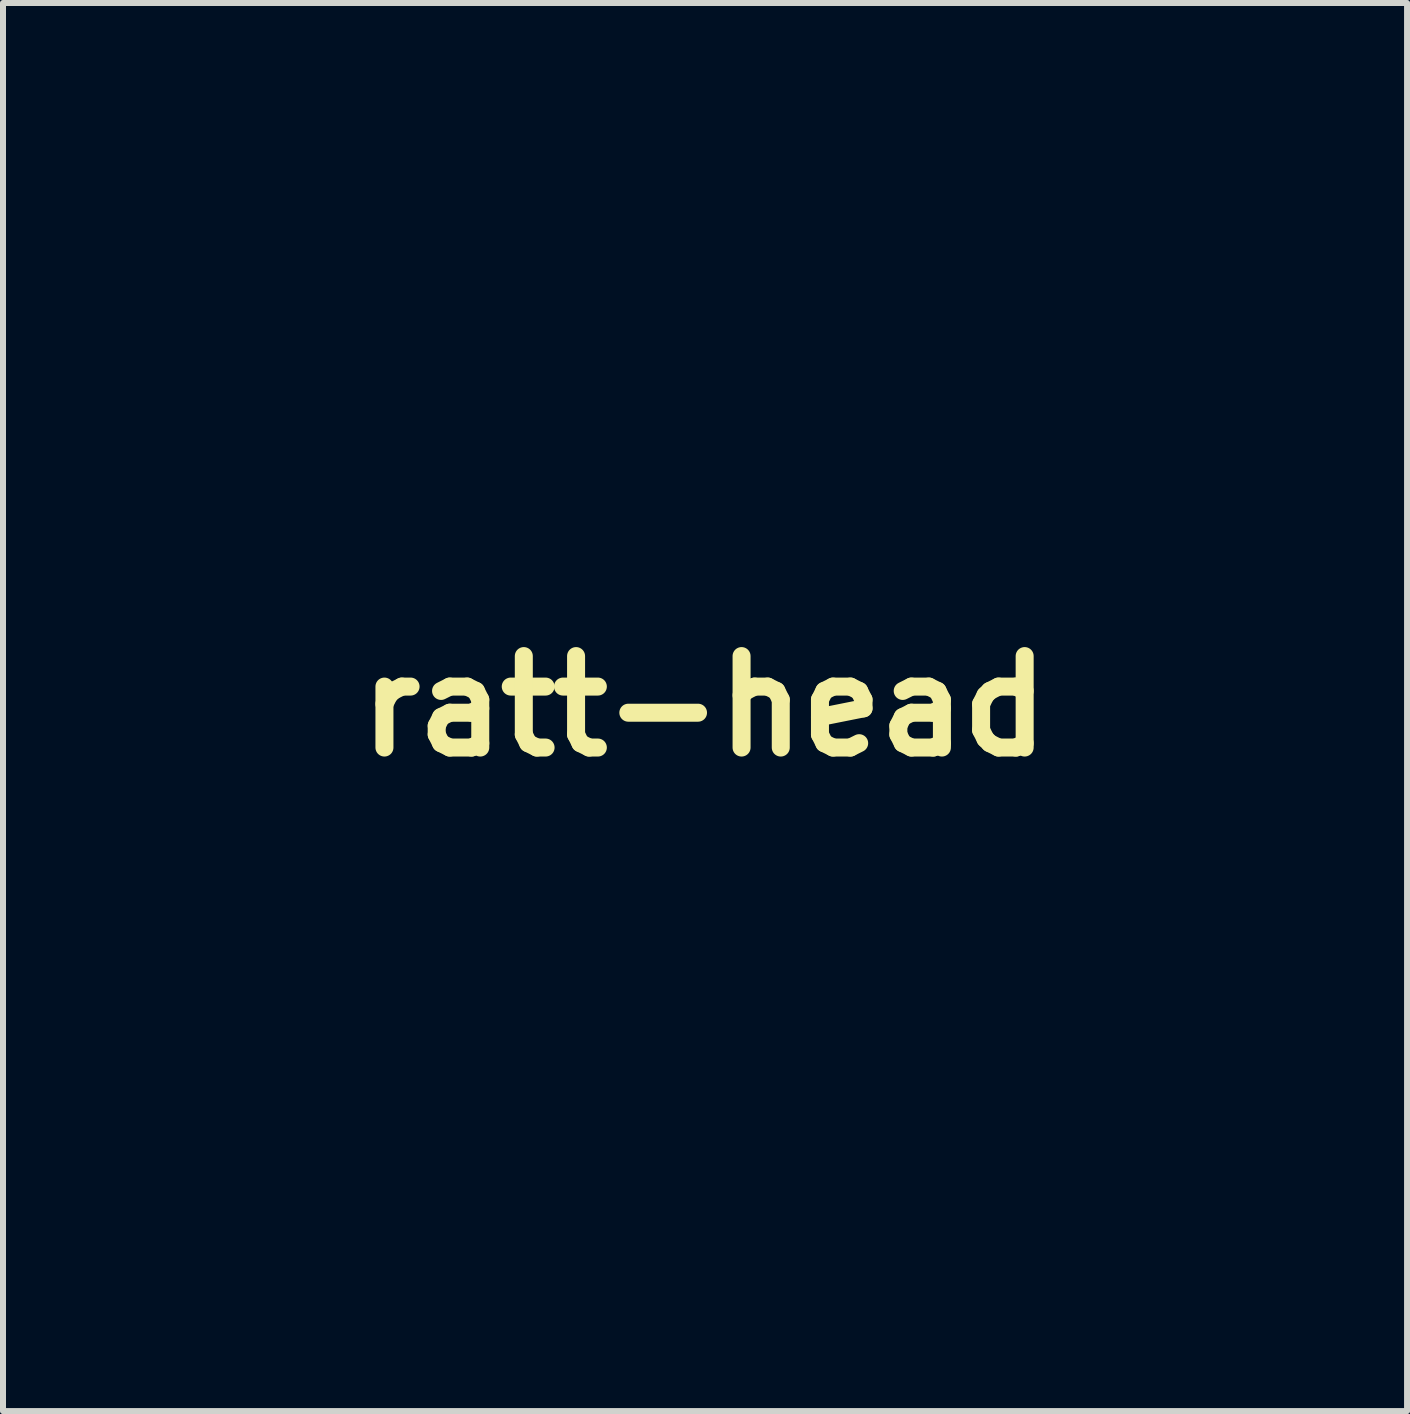
<source format=kicad_pcb>
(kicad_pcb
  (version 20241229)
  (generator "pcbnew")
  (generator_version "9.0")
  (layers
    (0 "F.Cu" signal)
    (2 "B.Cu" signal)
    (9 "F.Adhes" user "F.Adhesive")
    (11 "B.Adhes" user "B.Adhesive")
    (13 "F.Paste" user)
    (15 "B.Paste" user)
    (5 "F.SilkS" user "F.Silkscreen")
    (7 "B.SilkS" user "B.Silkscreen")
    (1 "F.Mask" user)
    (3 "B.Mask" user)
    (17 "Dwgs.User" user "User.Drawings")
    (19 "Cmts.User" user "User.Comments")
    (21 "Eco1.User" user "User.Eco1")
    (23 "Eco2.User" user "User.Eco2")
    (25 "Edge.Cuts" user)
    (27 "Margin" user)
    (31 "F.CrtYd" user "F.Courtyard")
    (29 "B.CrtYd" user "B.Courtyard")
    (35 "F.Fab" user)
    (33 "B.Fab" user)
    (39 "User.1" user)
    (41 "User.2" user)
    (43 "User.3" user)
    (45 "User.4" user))
  (footprint "ratt-head"
    (layer "F.Cu")
    (at 8.69 8.717)
    (property "Reference" "ratt-head" (at 0 0 0) (layer "F.SilkS") (effects (font (size 1.524 1.524) (thickness 0.3))))
    (attr through_hole)
    (fp_poly (pts (xy -1.93 -0.945) (xy -1.759 -0.91) (xy -1.608 -0.842) (xy -1.473 -0.74) (xy -1.356 -0.604) (xy -1.273 -0.444) (xy -1.225 -0.258) (xy -1.21 -0.069) (xy -1.228 0.129) (xy -1.28 0.308) (xy -1.364 0.465) (xy -1.478 0.595) (xy -1.62 0.697) (xy -1.774 0.763) (xy -1.92 0.793) (xy -2.079 0.802) (xy -2.234 0.79) (xy -2.348 0.763) (xy -2.51 0.686) (xy -2.648 0.578) (xy -2.758 0.441) (xy -2.839 0.279) (xy -2.888 0.096) (xy -2.902 -0.089) (xy -2.883 -0.284) (xy -2.829 -0.461) (xy -2.743 -0.615) (xy -2.628 -0.744) (xy -2.487 -0.845) (xy -2.323 -0.913) (xy -2.139 -0.946) (xy -2.126 -0.947) (xy -1.93 -0.945)) (stroke (width 0.01) (type solid)) (fill no) (layer "Eco2.User"))
    (fp_poly (pts (xy 0.221 5.135) (xy 0.374 5.188) (xy 0.513 5.276) (xy 0.568 5.324) (xy 0.693 5.466) (xy 0.781 5.627) (xy 0.831 5.807) (xy 0.845 6.008) (xy 0.844 6.021) (xy 0.83 6.173) (xy 0.796 6.307) (xy 0.734 6.445) (xy 0.733 6.447) (xy 0.684 6.533) (xy 0.636 6.598) (xy 0.574 6.658) (xy 0.501 6.717) (xy 0.377 6.789) (xy 0.227 6.839) (xy 0.064 6.867) (xy -0.1 6.868) (xy -0.185 6.856) (xy -0.358 6.803) (xy -0.51 6.716) (xy -0.637 6.598) (xy -0.737 6.452) (xy -0.808 6.284) (xy -0.846 6.095) (xy -0.852 5.98) (xy -0.834 5.781) (xy -0.778 5.602) (xy -0.686 5.442) (xy -0.607 5.35) (xy -0.469 5.237) (xy -0.308 5.16) (xy -0.126 5.119) (xy 0.045 5.113) (xy 0.221 5.135)) (stroke (width 0.01) (type solid)) (fill no) (layer "Eco2.User"))
    (fp_poly (pts (xy 2.125 -0.963) (xy 2.297 -0.924) (xy 2.449 -0.85) (xy 2.583 -0.74) (xy 2.606 -0.715) (xy 2.711 -0.572) (xy 2.783 -0.409) (xy 2.822 -0.233) (xy 2.83 -0.052) (xy 2.805 0.128) (xy 2.749 0.299) (xy 2.661 0.453) (xy 2.578 0.551) (xy 2.509 0.608) (xy 2.421 0.667) (xy 2.349 0.706) (xy 2.276 0.738) (xy 2.212 0.758) (xy 2.141 0.769) (xy 2.048 0.774) (xy 2.011 0.775) (xy 1.897 0.774) (xy 1.797 0.767) (xy 1.724 0.753) (xy 1.721 0.752) (xy 1.554 0.679) (xy 1.41 0.574) (xy 1.293 0.441) (xy 1.206 0.284) (xy 1.151 0.109) (xy 1.132 -0.081) (xy 1.133 -0.117) (xy 1.141 -0.239) (xy 1.157 -0.337) (xy 1.187 -0.428) (xy 1.228 -0.52) (xy 1.326 -0.677) (xy 1.45 -0.802) (xy 1.6 -0.894) (xy 1.773 -0.95) (xy 1.928 -0.97) (xy 2.125 -0.963)) (stroke (width 0.01) (type solid)) (fill no) (layer "Eco2.User"))
    (fp_poly (pts (xy 4.095 -8.712) (xy 4.223 -8.709) (xy 4.376 -8.705) (xy 4.5 -8.698) (xy 4.607 -8.687) (xy 4.712 -8.671) (xy 4.825 -8.648) (xy 4.879 -8.635) (xy 5.21 -8.539) (xy 5.52 -8.406) (xy 5.809 -8.237) (xy 6.076 -8.032) (xy 6.322 -7.79) (xy 6.547 -7.512) (xy 6.751 -7.197) (xy 6.934 -6.846) (xy 7.096 -6.458) (xy 7.195 -6.172) (xy 7.248 -5.997) (xy 7.294 -5.822) (xy 7.331 -5.661) (xy 7.355 -5.525) (xy 7.357 -5.513) (xy 7.366 -5.45) (xy 7.375 -5.406) (xy 7.378 -5.395) (xy 7.384 -5.367) (xy 7.391 -5.307) (xy 7.398 -5.222) (xy 7.404 -5.125) (xy 7.41 -5.023) (xy 7.414 -4.926) (xy 7.416 -4.844) (xy 7.416 -4.837) (xy 7.415 -4.757) (xy 7.411 -4.662) (xy 7.406 -4.559) (xy 7.4 -4.458) (xy 7.393 -4.368) (xy 7.386 -4.299) (xy 7.38 -4.261) (xy 7.378 -4.257) (xy 7.371 -4.23) (xy 7.362 -4.176) (xy 7.358 -4.149) (xy 7.318 -3.944) (xy 7.253 -3.717) (xy 7.166 -3.478) (xy 7.061 -3.236) (xy 6.942 -2.999) (xy 6.812 -2.778) (xy 6.769 -2.712) (xy 6.699 -2.612) (xy 6.613 -2.496) (xy 6.519 -2.374) (xy 6.425 -2.258) (xy 6.34 -2.157) (xy 6.284 -2.095) (xy 6.238 -2.047) (xy 6.205 -2.01) (xy 6.186 -1.977) (xy 6.181 -1.94) (xy 6.192 -1.894) (xy 6.218 -1.831) (xy 6.261 -1.745) (xy 6.322 -1.629) (xy 6.34 -1.593) (xy 6.475 -1.335) (xy 6.591 -1.11) (xy 6.692 -0.915) (xy 6.777 -0.747) (xy 6.85 -0.602) (xy 6.912 -0.477) (xy 6.965 -0.367) (xy 7.009 -0.27) (xy 7.048 -0.182) (xy 7.083 -0.098) (xy 7.116 -0.016) (xy 7.147 0.067) (xy 7.167 0.121) (xy 7.213 0.256) (xy 7.257 0.402) (xy 7.295 0.542) (xy 7.324 0.665) (xy 7.332 0.709) (xy 7.357 0.858) (xy 7.378 0.995) (xy 7.383 1.046) (xy 7.386 1.132) (xy 7.389 1.242) (xy 7.39 1.368) (xy 7.39 1.492) (xy 7.391 1.7) (xy 7.399 1.87) (xy 7.415 2.01) (xy 7.441 2.125) (xy 7.478 2.22) (xy 7.528 2.301) (xy 7.591 2.373) (xy 7.617 2.398) (xy 7.718 2.475) (xy 7.829 2.534) (xy 7.962 2.578) (xy 8.124 2.61) (xy 8.16 2.616) (xy 8.327 2.653) (xy 8.46 2.714) (xy 8.562 2.801) (xy 8.629 2.9) (xy 8.664 2.979) (xy 8.686 3.054) (xy 8.697 3.14) (xy 8.701 3.251) (xy 8.701 3.266) (xy 8.687 3.449) (xy 8.647 3.603) (xy 8.577 3.73) (xy 8.476 3.832) (xy 8.342 3.911) (xy 8.174 3.968) (xy 7.969 4.006) (xy 7.946 4.009) (xy 7.869 4.018) (xy 7.794 4.025) (xy 7.715 4.031) (xy 7.629 4.036) (xy 7.53 4.04) (xy 7.415 4.044) (xy 7.279 4.046) (xy 7.118 4.049) (xy 6.927 4.051) (xy 6.701 4.053) (xy 6.488 4.054) (xy 6.275 4.056) (xy 6.073 4.057) (xy 5.886 4.059) (xy 5.718 4.062) (xy 5.574 4.064) (xy 5.458 4.066) (xy 5.375 4.068) (xy 5.328 4.071) (xy 5.323 4.071) (xy 5.262 4.078) (xy 5.174 4.086) (xy 5.079 4.095) (xy 5.059 4.096) (xy 4.972 4.104) (xy 4.899 4.111) (xy 4.853 4.116) (xy 4.845 4.117) (xy 4.806 4.124) (xy 4.741 4.132) (xy 4.697 4.138) (xy 4.612 4.15) (xy 4.529 4.164) (xy 4.498 4.17) (xy 4.417 4.186) (xy 4.334 4.2) (xy 4.329 4.201) (xy 4.27 4.211) (xy 4.185 4.23) (xy 4.088 4.252) (xy 4.043 4.264) (xy 3.842 4.314) (xy 4.064 4.419) (xy 4.498 4.605) (xy 4.96 4.765) (xy 5.443 4.899) (xy 5.941 5.003) (xy 6.223 5.048) (xy 6.295 5.058) (xy 6.357 5.067) (xy 6.371 5.069) (xy 6.444 5.08) (xy 6.544 5.093) (xy 6.658 5.108) (xy 6.683 5.111) (xy 6.761 5.121) (xy 6.842 5.131) (xy 6.847 5.131) (xy 6.92 5.14) (xy 7.007 5.15) (xy 7.048 5.155) (xy 7.125 5.163) (xy 7.191 5.172) (xy 7.218 5.175) (xy 7.267 5.181) (xy 7.34 5.19) (xy 7.408 5.197) (xy 7.485 5.206) (xy 7.546 5.213) (xy 7.578 5.217) (xy 7.616 5.223) (xy 7.679 5.231) (xy 7.726 5.237) (xy 7.799 5.246) (xy 7.861 5.255) (xy 7.885 5.259) (xy 7.939 5.267) (xy 7.962 5.269) (xy 7.987 5.29) (xy 8.012 5.351) (xy 8.039 5.446) (xy 8.065 5.572) (xy 8.077 5.642) (xy 8.088 5.707) (xy 8.099 5.761) (xy 8.099 5.765) (xy 8.105 5.807) (xy 8.111 5.877) (xy 8.117 5.964) (xy 8.118 5.99) (xy 8.112 6.167) (xy 8.075 6.314) (xy 8.007 6.433) (xy 7.908 6.525) (xy 7.777 6.589) (xy 7.749 6.598) (xy 7.668 6.615) (xy 7.554 6.626) (xy 7.417 6.632) (xy 7.267 6.633) (xy 7.113 6.629) (xy 6.964 6.62) (xy 6.831 6.606) (xy 6.753 6.594) (xy 6.717 6.589) (xy 6.652 6.581) (xy 6.571 6.573) (xy 6.562 6.572) (xy 6.48 6.564) (xy 6.413 6.557) (xy 6.373 6.552) (xy 6.371 6.551) (xy 6.335 6.546) (xy 6.271 6.539) (xy 6.192 6.531) (xy 6.191 6.531) (xy 6.108 6.523) (xy 6.035 6.515) (xy 5.99 6.509) (xy 5.939 6.502) (xy 5.866 6.493) (xy 5.821 6.488) (xy 5.745 6.479) (xy 5.678 6.47) (xy 5.652 6.466) (xy 5.6 6.46) (xy 5.527 6.451) (xy 5.482 6.445) (xy 5.406 6.436) (xy 5.339 6.428) (xy 5.313 6.424) (xy 5.194 6.408) (xy 5.104 6.395) (xy 5.031 6.386) (xy 5.006 6.383) (xy 4.861 6.365) (xy 4.744 6.35) (xy 4.64 6.337) (xy 4.536 6.322) (xy 4.508 6.318) (xy 4.458 6.311) (xy 4.385 6.302) (xy 4.329 6.296) (xy 4.255 6.287) (xy 4.196 6.28) (xy 4.17 6.276) (xy 4.133 6.27) (xy 4.069 6.263) (xy 4 6.255) (xy 3.928 6.246) (xy 3.873 6.237) (xy 3.849 6.232) (xy 3.832 6.244) (xy 3.799 6.285) (xy 3.757 6.345) (xy 3.744 6.365) (xy 3.51 6.699) (xy 3.249 7.024) (xy 2.97 7.332) (xy 2.68 7.615) (xy 2.385 7.865) (xy 2.353 7.891) (xy 2.003 8.136) (xy 1.646 8.34) (xy 1.281 8.503) (xy 0.909 8.624) (xy 0.529 8.703) (xy 0.49 8.709) (xy 0.417 8.717) (xy 0.321 8.724) (xy 0.211 8.731) (xy 0.094 8.736) (xy -0.02 8.739) (xy -0.125 8.741) (xy -0.212 8.74) (xy -0.273 8.738) (xy -0.299 8.733) (xy -0.323 8.726) (xy -0.375 8.718) (xy -0.421 8.712) (xy -0.497 8.701) (xy -0.596 8.683) (xy -0.698 8.663) (xy -0.718 8.658) (xy -1.08 8.557) (xy -1.439 8.415) (xy -1.795 8.233) (xy -2.144 8.011) (xy -2.486 7.751) (xy -2.82 7.454) (xy -3.144 7.121) (xy -3.457 6.753) (xy -3.702 6.428) (xy -3.836 6.241) (xy -3.966 6.255) (xy -4.045 6.263) (xy -4.114 6.271) (xy -4.149 6.276) (xy -4.198 6.282) (xy -4.271 6.29) (xy -4.339 6.297) (xy -4.42 6.305) (xy -4.491 6.313) (xy -4.53 6.318) (xy -4.577 6.324) (xy -4.65 6.332) (xy -4.736 6.34) (xy -4.741 6.34) (xy -4.823 6.348) (xy -4.89 6.355) (xy -4.93 6.36) (xy -4.932 6.36) (xy -4.967 6.365) (xy -5.032 6.372) (xy -5.113 6.38) (xy -5.131 6.381) (xy -5.214 6.389) (xy -5.284 6.396) (xy -5.328 6.402) (xy -5.332 6.402) (xy -5.369 6.408) (xy -5.434 6.415) (xy -5.515 6.423) (xy -5.524 6.424) (xy -5.606 6.432) (xy -5.673 6.44) (xy -5.713 6.445) (xy -5.715 6.445) (xy -5.751 6.45) (xy -5.816 6.458) (xy -5.891 6.465) (xy -5.969 6.474) (xy -6.035 6.481) (xy -6.071 6.487) (xy -6.111 6.493) (xy -6.176 6.501) (xy -6.226 6.507) (xy -6.299 6.516) (xy -6.36 6.524) (xy -6.385 6.528) (xy -6.427 6.535) (xy -6.494 6.543) (xy -6.55 6.55) (xy -6.619 6.559) (xy -6.67 6.567) (xy -6.688 6.571) (xy -6.713 6.577) (xy -6.768 6.585) (xy -6.826 6.593) (xy -6.916 6.604) (xy -7.005 6.618) (xy -7.048 6.626) (xy -7.108 6.633) (xy -7.197 6.638) (xy -7.304 6.64) (xy -7.399 6.639) (xy -7.511 6.636) (xy -7.592 6.631) (xy -7.653 6.622) (xy -7.705 6.606) (xy -7.759 6.583) (xy -7.774 6.576) (xy -7.893 6.5) (xy -7.984 6.401) (xy -8.047 6.277) (xy -8.082 6.127) (xy -8.091 5.949) (xy -8.074 5.741) (xy -8.03 5.5) (xy -8.03 5.5) (xy -7.998 5.358) (xy -7.91 5.344) (xy -7.843 5.332) (xy -7.788 5.323) (xy -7.779 5.321) (xy -7.726 5.311) (xy -7.673 5.301) (xy -7.628 5.293) (xy -7.552 5.279) (xy -7.455 5.261) (xy -7.347 5.241) (xy -7.334 5.239) (xy -7.214 5.217) (xy -7.125 5.2) (xy -7.055 5.188) (xy -6.993 5.176) (xy -6.928 5.164) (xy -6.849 5.15) (xy -6.816 5.144) (xy -6.729 5.128) (xy -6.661 5.115) (xy -6.599 5.104) (xy -6.533 5.091) (xy -6.452 5.076) (xy -6.344 5.057) (xy -6.297 5.048) (xy -6.188 5.028) (xy -6.089 5.01) (xy -6.01 4.995) (xy -5.962 4.986) (xy -5.958 4.986) (xy -5.887 4.973) (xy -5.831 4.963) (xy -5.787 4.954) (xy -5.711 4.94) (xy -5.614 4.922) (xy -5.505 4.903) (xy -5.493 4.9) (xy -5.385 4.881) (xy -5.289 4.863) (xy -5.213 4.849) (xy -5.168 4.841) (xy -5.165 4.84) (xy -5.115 4.831) (xy -5.042 4.817) (xy -4.985 4.807) (xy -4.876 4.787) (xy -4.795 4.771) (xy -4.731 4.759) (xy -4.699 4.752) (xy -4.642 4.742) (xy -4.572 4.731) (xy -4.561 4.729) (xy -4.49 4.717) (xy -4.402 4.701) (xy -4.308 4.682) (xy -4.218 4.663) (xy -4.141 4.645) (xy -4.088 4.632) (xy -4.067 4.624) (xy -4.073 4.602) (xy -4.106 4.561) (xy -4.162 4.507) (xy -4.233 4.444) (xy -4.314 4.379) (xy -4.398 4.316) (xy -4.477 4.262) (xy -4.53 4.23) (xy -4.724 4.142) (xy -4.921 4.081) (xy -4.974 4.072) (xy -5.058 4.065) (xy -5.174 4.06) (xy -5.326 4.056) (xy -5.516 4.054) (xy -5.694 4.053) (xy -5.876 4.053) (xy -6.061 4.051) (xy -6.24 4.048) (xy -6.403 4.045) (xy -6.544 4.042) (xy -6.652 4.038) (xy -6.668 4.037) (xy -6.78 4.032) (xy -6.923 4.027) (xy -7.087 4.022) (xy -7.261 4.017) (xy -7.434 4.013) (xy -7.509 4.011) (xy -7.699 4.007) (xy -7.852 4.001) (xy -7.974 3.995) (xy -8.071 3.986) (xy -8.15 3.974) (xy -8.215 3.958) (xy -8.272 3.938) (xy -8.325 3.915) (xy -8.418 3.863) (xy -8.49 3.803) (xy -8.555 3.725) (xy -8.622 3.605) (xy -8.666 3.461) (xy -8.685 3.303) (xy -8.681 3.142) (xy -8.65 2.99) (xy -8.611 2.89) (xy -8.562 2.804) (xy -8.509 2.744) (xy -8.443 2.703) (xy -8.356 2.676) (xy -8.236 2.659) (xy -8.213 2.657) (xy -7.995 2.621) (xy -7.811 2.56) (xy -7.658 2.471) (xy -7.536 2.354) (xy -7.445 2.208) (xy -7.383 2.033) (xy -7.356 1.884) (xy -7.351 1.829) (xy -7.346 1.739) (xy -7.341 1.625) (xy -7.34 1.598) (xy -6.038 1.598) (xy -6.025 1.82) (xy -5.984 2.023) (xy -5.913 2.221) (xy -5.906 2.237) (xy -5.871 2.311) (xy -5.841 2.359) (xy -5.804 2.392) (xy -5.749 2.42) (xy -5.704 2.44) (xy -5.48 2.518) (xy -5.239 2.575) (xy -5.199 2.578) (xy -5.122 2.582) (xy -5.013 2.585) (xy -4.877 2.588) (xy -4.72 2.59) (xy -4.546 2.592) (xy -4.361 2.593) (xy -4.329 2.593) (xy -4.096 2.594) (xy -3.9 2.596) (xy -3.736 2.599) (xy -3.6 2.604) (xy -3.486 2.612) (xy -3.388 2.622) (xy -3.303 2.635) (xy -3.225 2.652) (xy -3.149 2.673) (xy -3.07 2.698) (xy -3.044 2.707) (xy -2.95 2.742) (xy -2.858 2.78) (xy -2.776 2.818) (xy -2.713 2.851) (xy -2.68 2.875) (xy -2.678 2.877) (xy -2.672 2.897) (xy -2.666 2.937) (xy -2.66 3) (xy -2.654 3.091) (xy -2.649 3.212) (xy -2.643 3.368) (xy -2.636 3.563) (xy -2.636 3.577) (xy -2.626 3.846) (xy -2.614 4.078) (xy -2.601 4.279) (xy -2.585 4.454) (xy -2.566 4.61) (xy -2.55 4.718) (xy -2.541 4.771) (xy -2.53 4.841) (xy -2.526 4.866) (xy -2.516 4.928) (xy -2.51 4.965) (xy -2.503 4.995) (xy -2.494 5.036) (xy -2.491 5.048) (xy -2.477 5.109) (xy -2.467 5.154) (xy -2.424 5.319) (xy -2.363 5.506) (xy -2.288 5.699) (xy -2.206 5.887) (xy -2.121 6.054) (xy -2.091 6.106) (xy -1.909 6.377) (xy -1.701 6.615) (xy -1.471 6.819) (xy -1.219 6.988) (xy -0.949 7.121) (xy -0.66 7.216) (xy -0.358 7.273) (xy -0.293 7.281) (xy -0.248 7.289) (xy -0.236 7.293) (xy -0.212 7.296) (xy -0.155 7.297) (xy -0.073 7.296) (xy 0.025 7.293) (xy 0.13 7.29) (xy 0.233 7.286) (xy 0.326 7.281) (xy 0.399 7.276) (xy 0.444 7.271) (xy 0.445 7.271) (xy 0.757 7.197) (xy 1.047 7.089) (xy 1.313 6.946) (xy 1.556 6.767) (xy 1.776 6.553) (xy 1.973 6.304) (xy 2.147 6.02) (xy 2.299 5.699) (xy 2.427 5.344) (xy 2.517 5.02) (xy 2.541 4.921) (xy 2.561 4.835) (xy 2.576 4.757) (xy 2.587 4.682) (xy 2.596 4.601) (xy 2.601 4.511) (xy 2.605 4.405) (xy 2.606 4.276) (xy 2.606 4.119) (xy 2.605 3.928) (xy 2.605 3.852) (xy 2.605 3.723) (xy 2.606 3.605) (xy 2.608 3.506) (xy 2.611 3.433) (xy 2.614 3.397) (xy 2.651 3.221) (xy 2.696 3.074) (xy 2.754 2.943) (xy 2.819 2.831) (xy 2.865 2.767) (xy 2.913 2.729) (xy 2.979 2.702) (xy 2.99 2.699) (xy 3.077 2.674) (xy 3.155 2.653) (xy 3.229 2.636) (xy 3.305 2.623) (xy 3.387 2.612) (xy 3.482 2.605) (xy 3.594 2.6) (xy 3.728 2.596) (xy 3.89 2.594) (xy 4.085 2.593) (xy 4.255 2.592) (xy 4.443 2.591) (xy 4.621 2.59) (xy 4.784 2.587) (xy 4.927 2.585) (xy 5.044 2.582) (xy 5.13 2.578) (xy 5.18 2.575) (xy 5.186 2.574) (xy 5.309 2.554) (xy 5.402 2.537) (xy 5.474 2.522) (xy 5.538 2.505) (xy 5.604 2.484) (xy 5.682 2.455) (xy 5.718 2.442) (xy 5.793 2.412) (xy 5.84 2.386) (xy 5.87 2.353) (xy 5.895 2.304) (xy 5.901 2.29) (xy 5.943 2.18) (xy 5.982 2.062) (xy 6.012 1.955) (xy 6.021 1.916) (xy 6.034 1.849) (xy 6.044 1.799) (xy 6.053 1.724) (xy 6.057 1.619) (xy 6.055 1.497) (xy 6.049 1.372) (xy 6.038 1.255) (xy 6.023 1.159) (xy 6.022 1.156) (xy 5.986 1.016) (xy 5.935 0.861) (xy 5.876 0.71) (xy 5.828 0.606) (xy 5.808 0.573) (xy 5.768 0.51) (xy 5.711 0.42) (xy 5.638 0.309) (xy 5.554 0.181) (xy 5.461 0.04) (xy 5.378 -0.085) (xy 5.134 -0.453) (xy 4.905 -0.808) (xy 4.683 -1.159) (xy 4.461 -1.519) (xy 4.232 -1.899) (xy 4.102 -2.117) (xy 4.037 -2.227) (xy 3.958 -2.362) (xy 3.868 -2.516) (xy 3.768 -2.686) (xy 3.663 -2.866) (xy 3.555 -3.052) (xy 3.446 -3.239) (xy 3.339 -3.422) (xy 3.237 -3.598) (xy 3.143 -3.76) (xy 3.059 -3.905) (xy 2.988 -4.028) (xy 2.933 -4.124) (xy 2.896 -4.188) (xy 2.895 -4.191) (xy 2.783 -4.385) (xy 2.685 -4.545) (xy 2.597 -4.677) (xy 2.513 -4.786) (xy 2.431 -4.877) (xy 2.347 -4.956) (xy 2.268 -5.018) (xy 2.107 -5.122) (xy 1.952 -5.192) (xy 1.792 -5.23) (xy 1.67 -5.241) (xy 1.549 -5.24) (xy 1.436 -5.226) (xy 1.32 -5.195) (xy 1.189 -5.146) (xy 1.096 -5.105) (xy 0.799 -4.99) (xy 0.493 -4.911) (xy 0.184 -4.868) (xy -0.122 -4.863) (xy -0.326 -4.881) (xy -0.495 -4.914) (xy -0.685 -4.965) (xy -0.884 -5.032) (xy -1.077 -5.109) (xy -1.144 -5.14) (xy -1.333 -5.215) (xy -1.508 -5.253) (xy -1.676 -5.256) (xy -1.842 -5.224) (xy -1.872 -5.215) (xy -2.006 -5.163) (xy -2.126 -5.097) (xy -2.238 -5.012) (xy -2.347 -4.904) (xy -2.457 -4.768) (xy -2.574 -4.599) (xy -2.634 -4.505) (xy -2.841 -4.172) (xy -3.062 -3.813) (xy -3.295 -3.432) (xy -3.536 -3.035) (xy -3.783 -2.627) (xy -4.033 -2.212) (xy -4.282 -1.795) (xy -4.529 -1.38) (xy -4.77 -0.974) (xy -5.002 -0.58) (xy -5.223 -0.203) (xy -5.429 0.151) (xy -5.618 0.478) (xy -5.756 0.72) (xy -5.848 0.887) (xy -5.919 1.029) (xy -5.97 1.152) (xy -6.005 1.266) (xy -6.026 1.378) (xy -6.036 1.497) (xy -6.038 1.598) (xy -7.34 1.598) (xy -7.337 1.495) (xy -7.334 1.358) (xy -7.331 1.225) (xy -7.327 1.103) (xy -7.323 1) (xy -7.319 0.923) (xy -7.316 0.88) (xy -7.316 0.878) (xy -7.306 0.816) (xy -7.295 0.74) (xy -7.292 0.72) (xy -7.267 0.575) (xy -7.225 0.403) (xy -7.171 0.217) (xy -7.108 0.027) (xy -7.055 -0.116) (xy -6.994 -0.265) (xy -6.926 -0.417) (xy -6.849 -0.578) (xy -6.76 -0.754) (xy -6.656 -0.951) (xy -6.534 -1.173) (xy -6.414 -1.386) (xy -6.345 -1.508) (xy -6.284 -1.618) (xy -6.234 -1.711) (xy -6.197 -1.781) (xy -6.177 -1.822) (xy -6.174 -1.831) (xy -6.185 -1.857) (xy -6.215 -1.909) (xy -6.258 -1.979) (xy -6.291 -2.032) (xy -6.539 -2.44) (xy -6.759 -2.859) (xy -6.948 -3.285) (xy -7.105 -3.712) (xy -7.229 -4.136) (xy -7.316 -4.552) (xy -7.356 -4.847) (xy -7.366 -4.981) (xy -7.366 -5.002) (xy -6.021 -5.002) (xy -5.992 -4.776) (xy -5.921 -4.547) (xy -5.808 -4.316) (xy -5.653 -4.082) (xy -5.581 -3.99) (xy -5.538 -3.94) (xy -5.478 -3.874) (xy -5.405 -3.796) (xy -5.326 -3.713) (xy -5.245 -3.629) (xy -5.169 -3.552) (xy -5.103 -3.486) (xy -5.052 -3.437) (xy -5.021 -3.411) (xy -5.016 -3.408) (xy -5.002 -3.426) (xy -4.975 -3.473) (xy -4.941 -3.541) (xy -4.926 -3.572) (xy -4.884 -3.66) (xy -4.843 -3.74) (xy -4.801 -3.818) (xy -4.753 -3.902) (xy -4.695 -3.997) (xy -4.624 -4.11) (xy -4.535 -4.249) (xy -4.476 -4.339) (xy -4.324 -4.579) (xy -4.198 -4.79) (xy -4.095 -4.978) (xy -4.013 -5.148) (xy -3.952 -5.304) (xy -3.908 -5.45) (xy -3.88 -5.591) (xy -3.868 -5.709) (xy 3.867 -5.709) (xy 3.901 -5.462) (xy 3.901 -5.461) (xy 3.942 -5.323) (xy 4.006 -5.159) (xy 4.09 -4.977) (xy 4.192 -4.782) (xy 4.308 -4.583) (xy 4.355 -4.508) (xy 4.43 -4.39) (xy 4.518 -4.251) (xy 4.608 -4.108) (xy 4.692 -3.975) (xy 4.709 -3.949) (xy 4.799 -3.802) (xy 4.885 -3.655) (xy 4.965 -3.513) (xy 5.034 -3.381) (xy 5.092 -3.265) (xy 5.135 -3.169) (xy 5.161 -3.098) (xy 5.166 -3.059) (xy 5.167 -3.043) (xy 5.183 -3.06) (xy 5.214 -3.112) (xy 5.262 -3.198) (xy 5.327 -3.321) (xy 5.395 -3.45) (xy 5.542 -3.749) (xy 5.67 -4.035) (xy 5.776 -4.302) (xy 5.858 -4.545) (xy 5.89 -4.657) (xy 5.929 -4.84) (xy 5.954 -5.032) (xy 5.965 -5.221) (xy 5.96 -5.397) (xy 5.94 -5.546) (xy 5.937 -5.563) (xy 5.877 -5.754) (xy 5.787 -5.938) (xy 5.665 -6.117) (xy 5.51 -6.292) (xy 5.32 -6.467) (xy 5.092 -6.643) (xy 4.825 -6.823) (xy 4.727 -6.884) (xy 4.618 -6.949) (xy 4.539 -6.994) (xy 4.485 -7.019) (xy 4.45 -7.028) (xy 4.43 -7.024) (xy 4.429 -7.023) (xy 4.389 -6.981) (xy 4.333 -6.912) (xy 4.267 -6.823) (xy 4.197 -6.725) (xy 4.13 -6.624) (xy 4.071 -6.531) (xy 4.026 -6.453) (xy 4.014 -6.429) (xy 3.923 -6.192) (xy 3.874 -5.952) (xy 3.867 -5.709) (xy -3.868 -5.709) (xy -3.866 -5.731) (xy -3.864 -5.779) (xy -3.876 -6.003) (xy -3.927 -6.226) (xy -4.018 -6.45) (xy -4.148 -6.675) (xy -4.318 -6.904) (xy -4.452 -7.057) (xy -4.568 -7.182) (xy -4.702 -7.057) (xy -4.972 -6.796) (xy -5.208 -6.553) (xy -5.41 -6.327) (xy -5.581 -6.113) (xy -5.721 -5.912) (xy -5.834 -5.719) (xy -5.92 -5.533) (xy -5.952 -5.448) (xy -6.007 -5.226) (xy -6.021 -5.002) (xy -7.366 -5.002) (xy -7.37 -5.137) (xy -7.369 -5.302) (xy -7.364 -5.467) (xy -7.354 -5.618) (xy -7.34 -5.743) (xy -7.332 -5.788) (xy -7.324 -5.836) (xy -7.314 -5.901) (xy -7.312 -5.915) (xy -7.302 -5.971) (xy -7.293 -6.008) (xy -7.291 -6.013) (xy -7.282 -6.041) (xy -7.272 -6.091) (xy -7.271 -6.093) (xy -7.249 -6.184) (xy -7.212 -6.301) (xy -7.165 -6.433) (xy -7.11 -6.568) (xy -7.061 -6.679) (xy -6.892 -6.987) (xy -6.689 -7.273) (xy -6.451 -7.537) (xy -6.179 -7.777) (xy -5.876 -7.993) (xy -5.542 -8.184) (xy -5.178 -8.349) (xy -4.786 -8.487) (xy -4.367 -8.598) (xy -4.255 -8.622) (xy -4.113 -8.651) (xy -4.006 -8.672) (xy -3.927 -8.684) (xy -3.868 -8.688) (xy -3.823 -8.684) (xy -3.784 -8.672) (xy -3.745 -8.65) (xy -3.699 -8.62) (xy -3.689 -8.614) (xy -3.594 -8.545) (xy -3.506 -8.467) (xy -3.423 -8.375) (xy -3.34 -8.264) (xy -3.254 -8.129) (xy -3.161 -7.964) (xy -3.058 -7.766) (xy -3.037 -7.726) (xy -2.94 -7.535) (xy -2.856 -7.377) (xy -2.78 -7.248) (xy -2.711 -7.142) (xy -2.644 -7.053) (xy -2.577 -6.976) (xy -2.567 -6.966) (xy -2.465 -6.86) (xy -2.2 -6.807) (xy -2.088 -6.786) (xy -1.98 -6.766) (xy -1.89 -6.75) (xy -1.83 -6.741) (xy -1.762 -6.732) (xy -1.709 -6.723) (xy -1.693 -6.72) (xy -1.655 -6.713) (xy -1.592 -6.704) (xy -1.547 -6.699) (xy -1.476 -6.69) (xy -1.418 -6.682) (xy -1.397 -6.678) (xy -1.359 -6.673) (xy -1.293 -6.666) (xy -1.21 -6.658) (xy -1.194 -6.657) (xy -1.107 -6.649) (xy -1.03 -6.641) (xy -0.978 -6.635) (xy -0.974 -6.634) (xy -0.887 -6.624) (xy -0.766 -6.616) (xy -0.615 -6.609) (xy -0.442 -6.604) (xy -0.254 -6.601) (xy -0.057 -6.6) (xy 0.142 -6.6) (xy 0.336 -6.602) (xy 0.519 -6.606) (xy 0.683 -6.612) (xy 0.823 -6.62) (xy 0.931 -6.629) (xy 0.974 -6.635) (xy 1.022 -6.641) (xy 1.096 -6.649) (xy 1.171 -6.657) (xy 1.249 -6.665) (xy 1.314 -6.672) (xy 1.351 -6.677) (xy 1.39 -6.683) (xy 1.456 -6.691) (xy 1.524 -6.699) (xy 1.596 -6.708) (xy 1.649 -6.715) (xy 1.672 -6.72) (xy 1.698 -6.727) (xy 1.75 -6.735) (xy 1.778 -6.739) (xy 1.85 -6.75) (xy 1.912 -6.76) (xy 1.926 -6.762) (xy 1.988 -6.774) (xy 2.043 -6.784) (xy 2.091 -6.794) (xy 2.167 -6.81) (xy 2.26 -6.83) (xy 2.314 -6.841) (xy 2.41 -6.863) (xy 2.476 -6.882) (xy 2.522 -6.903) (xy 2.56 -6.932) (xy 2.6 -6.975) (xy 2.608 -6.983) (xy 2.679 -7.07) (xy 2.752 -7.171) (xy 2.829 -7.293) (xy 2.914 -7.44) (xy 3.01 -7.62) (xy 3.049 -7.694) (xy 3.143 -7.873) (xy 3.225 -8.02) (xy 3.298 -8.142) (xy 3.368 -8.246) (xy 3.439 -8.339) (xy 3.516 -8.426) (xy 3.598 -8.512) (xy 3.669 -8.582) (xy 3.727 -8.634) (xy 3.779 -8.671) (xy 3.834 -8.694) (xy 3.899 -8.707) (xy 3.984 -8.712) (xy 4.095 -8.712)) (stroke (width 0.01) (type solid)) (fill no) (layer "Eco2.User")))
  (gr_rect
    (start -3 -3)
    (end 20.396 20.463)
    (stroke (width 0.1) (type default))
    (fill no)
    (layer "Edge.Cuts")))
</source>
